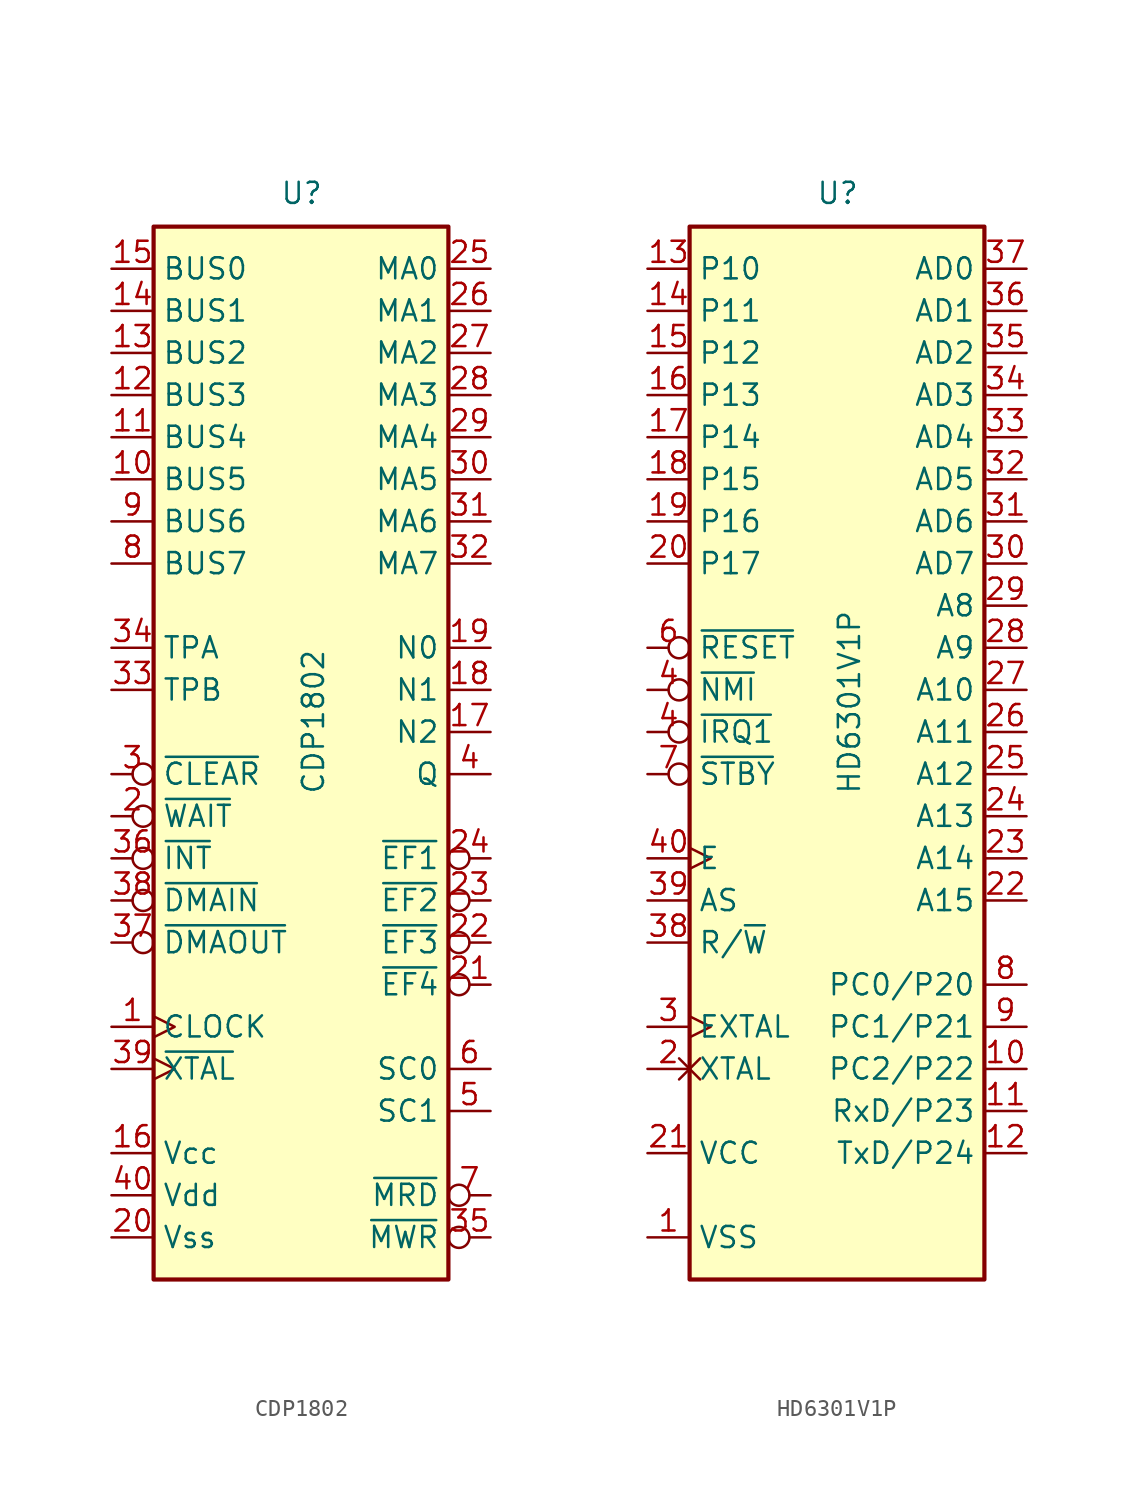
<source format=kicad_sym>
(kicad_symbol_lib
  (version 20211014)
  (generator kicad_symbol_editor)
  (symbol "CDP1802"
    (property "Reference" "U"
      (at -1.27 31.75 0)
      (effects (font (size 1.27 1.27)) (justify left bottom)))
    (property "Value" "CDP1802"
      (at 0 -3.81 90)
      (effects (font (size 1.27 1.27)) (justify left top)))
    (symbol "CDP1802_0_0"
      (pin input clock (at -11.43 -17.78 0) (length 2.54) (name "CLOCK" (effects (font (size 1.27 1.27)))) (number "1" (effects (font (size 1.27 1.27)))))
      (pin input inverted (at -11.43 -2.54 0) (length 2.54) (name "~{CLEAR}" (effects (font (size 1.27 1.27)))) (number "3" (effects (font (size 1.27 1.27)))))
      (pin output inverted (at 11.43 -30.48 180) (length 2.54) (name "~{MWR}" (effects (font (size 1.27 1.27)))) (number "35" (effects (font (size 1.27 1.27))))))
    (symbol "CDP1802_0_1"
      (rectangle (start -8.89 -33.02) (end 8.89 30.48) (stroke (width 0.254) (type default) (color 0 0 0 0)) (fill (type background))))
    (symbol "CDP1802_1_1"
      (pin bidirectional line (at -11.43 15.24 0) (length 2.54) (name "BUS5" (effects (font (size 1.27 1.27)))) (number "10" (effects (font (size 1.27 1.27)))))
      (pin bidirectional line (at -11.43 17.78 0) (length 2.54) (name "BUS4" (effects (font (size 1.27 1.27)))) (number "11" (effects (font (size 1.27 1.27)))))
      (pin bidirectional line (at -11.43 20.32 0) (length 2.54) (name "BUS3" (effects (font (size 1.27 1.27)))) (number "12" (effects (font (size 1.27 1.27)))))
      (pin bidirectional line (at -11.43 22.86 0) (length 2.54) (name "BUS2" (effects (font (size 1.27 1.27)))) (number "13" (effects (font (size 1.27 1.27)))))
      (pin bidirectional line (at -11.43 25.4 0) (length 2.54) (name "BUS1" (effects (font (size 1.27 1.27)))) (number "14" (effects (font (size 1.27 1.27)))))
      (pin bidirectional line (at -11.43 27.94 0) (length 2.54) (name "BUS0" (effects (font (size 1.27 1.27)))) (number "15" (effects (font (size 1.27 1.27)))))
      (pin power_in line (at -11.43 -25.4 0) (length 2.54) (name "Vcc" (effects (font (size 1.27 1.27)))) (number "16" (effects (font (size 1.27 1.27)))))
      (pin output line (at 11.43 0 180) (length 2.54) (name "N2" (effects (font (size 1.27 1.27)))) (number "17" (effects (font (size 1.27 1.27)))))
      (pin output line (at 11.43 2.54 180) (length 2.54) (name "N1" (effects (font (size 1.27 1.27)))) (number "18" (effects (font (size 1.27 1.27)))))
      (pin output line (at 11.43 5.08 180) (length 2.54) (name "N0" (effects (font (size 1.27 1.27)))) (number "19" (effects (font (size 1.27 1.27)))))
      (pin input inverted (at -11.43 -5.08 0) (length 2.54) (name "~{WAIT}" (effects (font (size 1.27 1.27)))) (number "2" (effects (font (size 1.27 1.27)))))
      (pin power_in line (at -11.43 -30.48 0) (length 2.54) (name "Vss" (effects (font (size 1.27 1.27)))) (number "20" (effects (font (size 1.27 1.27)))))
      (pin input inverted (at 11.43 -15.24 180) (length 2.54) (name "~{EF4}" (effects (font (size 1.27 1.27)))) (number "21" (effects (font (size 1.27 1.27)))))
      (pin input inverted (at 11.43 -12.7 180) (length 2.54) (name "~{EF3}" (effects (font (size 1.27 1.27)))) (number "22" (effects (font (size 1.27 1.27)))))
      (pin input inverted (at 11.43 -10.16 180) (length 2.54) (name "~{EF2}" (effects (font (size 1.27 1.27)))) (number "23" (effects (font (size 1.27 1.27)))))
      (pin input inverted (at 11.43 -7.62 180) (length 2.54) (name "~{EF1}" (effects (font (size 1.27 1.27)))) (number "24" (effects (font (size 1.27 1.27)))))
      (pin output line (at 11.43 27.94 180) (length 2.54) (name "MA0" (effects (font (size 1.27 1.27)))) (number "25" (effects (font (size 1.27 1.27)))))
      (pin output line (at 11.43 25.4 180) (length 2.54) (name "MA1" (effects (font (size 1.27 1.27)))) (number "26" (effects (font (size 1.27 1.27)))))
      (pin output line (at 11.43 22.86 180) (length 2.54) (name "MA2" (effects (font (size 1.27 1.27)))) (number "27" (effects (font (size 1.27 1.27)))))
      (pin output line (at 11.43 20.32 180) (length 2.54) (name "MA3" (effects (font (size 1.27 1.27)))) (number "28" (effects (font (size 1.27 1.27)))))
      (pin output line (at 11.43 17.78 180) (length 2.54) (name "MA4" (effects (font (size 1.27 1.27)))) (number "29" (effects (font (size 1.27 1.27)))))
      (pin output line (at 11.43 15.24 180) (length 2.54) (name "MA5" (effects (font (size 1.27 1.27)))) (number "30" (effects (font (size 1.27 1.27)))))
      (pin output line (at 11.43 12.7 180) (length 2.54) (name "MA6" (effects (font (size 1.27 1.27)))) (number "31" (effects (font (size 1.27 1.27)))))
      (pin output line (at 11.43 10.16 180) (length 2.54) (name "MA7" (effects (font (size 1.27 1.27)))) (number "32" (effects (font (size 1.27 1.27)))))
      (pin output line (at -11.43 2.54 0) (length 2.54) (name "TPB" (effects (font (size 1.27 1.27)))) (number "33" (effects (font (size 1.27 1.27)))))
      (pin output line (at -11.43 5.08 0) (length 2.54) (name "TPA" (effects (font (size 1.27 1.27)))) (number "34" (effects (font (size 1.27 1.27)))))
      (pin input inverted (at -11.43 -7.62 0) (length 2.54) (name "~{INT}" (effects (font (size 1.27 1.27)))) (number "36" (effects (font (size 1.27 1.27)))))
      (pin input inverted (at -11.43 -12.7 0) (length 2.54) (name "~{DMAOUT}" (effects (font (size 1.27 1.27)))) (number "37" (effects (font (size 1.27 1.27)))))
      (pin input inverted (at -11.43 -10.16 0) (length 2.54) (name "~{DMAIN}" (effects (font (size 1.27 1.27)))) (number "38" (effects (font (size 1.27 1.27)))))
      (pin output clock (at -11.43 -20.32 0) (length 2.54) (name "~{XTAL}" (effects (font (size 1.27 1.27)))) (number "39" (effects (font (size 1.27 1.27)))))
      (pin output line (at 11.43 -2.54 180) (length 2.54) (name "Q" (effects (font (size 1.27 1.27)))) (number "4" (effects (font (size 1.27 1.27)))))
      (pin power_in line (at -11.43 -27.94 0) (length 2.54) (name "Vdd" (effects (font (size 1.27 1.27)))) (number "40" (effects (font (size 1.27 1.27)))))
      (pin output line (at 11.43 -22.86 180) (length 2.54) (name "SC1" (effects (font (size 1.27 1.27)))) (number "5" (effects (font (size 1.27 1.27)))))
      (pin output line (at 11.43 -20.32 180) (length 2.54) (name "SC0" (effects (font (size 1.27 1.27)))) (number "6" (effects (font (size 1.27 1.27)))))
      (pin output inverted (at 11.43 -27.94 180) (length 2.54) (name "~{MRD}" (effects (font (size 1.27 1.27)))) (number "7" (effects (font (size 1.27 1.27)))))
      (pin bidirectional line (at -11.43 10.16 0) (length 2.54) (name "BUS7" (effects (font (size 1.27 1.27)))) (number "8" (effects (font (size 1.27 1.27)))))
      (pin bidirectional line (at -11.43 12.7 0) (length 2.54) (name "BUS6" (effects (font (size 1.27 1.27)))) (number "9" (effects (font (size 1.27 1.27)))))))
  (symbol "HD6301V1P"
    (property "Reference" "U"
      (at -1.27 31.75 0)
      (effects (font (size 1.27 1.27)) (justify left bottom)))
    (property "Value" "HD6301V1P"
      (at 0 -3.81 90)
      (effects (font (size 1.27 1.27)) (justify left top)))
    (symbol "HD6301V1P_0_1"
      (rectangle (start -8.89 -33.02) (end 8.89 30.48) (stroke (width 0.254) (type default) (color 0 0 0 0)) (fill (type background))))
    (symbol "HD6301V1P_1_1"
      (pin power_in line (at -11.43 -30.48 0) (length 2.54) (name "VSS" (effects (font (size 1.27 1.27)))) (number "1" (effects (font (size 1.27 1.27)))))
      (pin input line (at 11.43 -20.32 180) (length 2.54) (name "PC2/P22" (effects (font (size 1.27 1.27)))) (number "10" (effects (font (size 1.27 1.27)))))
      (pin input line (at 11.43 -22.86 180) (length 2.54) (name "RxD/P23" (effects (font (size 1.27 1.27)))) (number "11" (effects (font (size 1.27 1.27)))))
      (pin output line (at 11.43 -25.4 180) (length 2.54) (name "TxD/P24" (effects (font (size 1.27 1.27)))) (number "12" (effects (font (size 1.27 1.27)))))
      (pin bidirectional line (at -11.43 27.94 0) (length 2.54) (name "P10" (effects (font (size 1.27 1.27)))) (number "13" (effects (font (size 1.27 1.27)))))
      (pin bidirectional line (at -11.43 25.4 0) (length 2.54) (name "P11" (effects (font (size 1.27 1.27)))) (number "14" (effects (font (size 1.27 1.27)))))
      (pin bidirectional line (at -11.43 22.86 0) (length 2.54) (name "P12" (effects (font (size 1.27 1.27)))) (number "15" (effects (font (size 1.27 1.27)))))
      (pin bidirectional line (at -11.43 20.32 0) (length 2.54) (name "P13" (effects (font (size 1.27 1.27)))) (number "16" (effects (font (size 1.27 1.27)))))
      (pin bidirectional line (at -11.43 17.78 0) (length 2.54) (name "P14" (effects (font (size 1.27 1.27)))) (number "17" (effects (font (size 1.27 1.27)))))
      (pin bidirectional line (at -11.43 15.24 0) (length 2.54) (name "P15" (effects (font (size 1.27 1.27)))) (number "18" (effects (font (size 1.27 1.27)))))
      (pin bidirectional line (at -11.43 12.7 0) (length 2.54) (name "P16" (effects (font (size 1.27 1.27)))) (number "19" (effects (font (size 1.27 1.27)))))
      (pin input non_logic (at -11.43 -20.32 0) (length 2.54) (name "XTAL" (effects (font (size 1.27 1.27)))) (number "2" (effects (font (size 1.27 1.27)))))
      (pin bidirectional line (at -11.43 10.16 0) (length 2.54) (name "P17" (effects (font (size 1.27 1.27)))) (number "20" (effects (font (size 1.27 1.27)))))
      (pin power_in line (at -11.43 -25.4 0) (length 2.54) (name "VCC" (effects (font (size 1.27 1.27)))) (number "21" (effects (font (size 1.27 1.27)))))
      (pin output line (at 11.43 -10.16 180) (length 2.54) (name "A15" (effects (font (size 1.27 1.27)))) (number "22" (effects (font (size 1.27 1.27)))))
      (pin output line (at 11.43 -7.62 180) (length 2.54) (name "A14" (effects (font (size 1.27 1.27)))) (number "23" (effects (font (size 1.27 1.27)))))
      (pin output line (at 11.43 -5.08 180) (length 2.54) (name "A13" (effects (font (size 1.27 1.27)))) (number "24" (effects (font (size 1.27 1.27)))))
      (pin output line (at 11.43 -2.54 180) (length 2.54) (name "A12" (effects (font (size 1.27 1.27)))) (number "25" (effects (font (size 1.27 1.27)))))
      (pin output line (at 11.43 0 180) (length 2.54) (name "A11" (effects (font (size 1.27 1.27)))) (number "26" (effects (font (size 1.27 1.27)))))
      (pin output line (at 11.43 2.54 180) (length 2.54) (name "A10" (effects (font (size 1.27 1.27)))) (number "27" (effects (font (size 1.27 1.27)))))
      (pin output line (at 11.43 5.08 180) (length 2.54) (name "A9" (effects (font (size 1.27 1.27)))) (number "28" (effects (font (size 1.27 1.27)))))
      (pin output line (at 11.43 7.62 180) (length 2.54) (name "A8" (effects (font (size 1.27 1.27)))) (number "29" (effects (font (size 1.27 1.27)))))
      (pin input clock (at -11.43 -17.78 0) (length 2.54) (name "EXTAL" (effects (font (size 1.27 1.27)))) (number "3" (effects (font (size 1.27 1.27)))))
      (pin bidirectional line (at 11.43 10.16 180) (length 2.54) (name "AD7" (effects (font (size 1.27 1.27)))) (number "30" (effects (font (size 1.27 1.27)))))
      (pin bidirectional line (at 11.43 12.7 180) (length 2.54) (name "AD6" (effects (font (size 1.27 1.27)))) (number "31" (effects (font (size 1.27 1.27)))))
      (pin bidirectional line (at 11.43 15.24 180) (length 2.54) (name "AD5" (effects (font (size 1.27 1.27)))) (number "32" (effects (font (size 1.27 1.27)))))
      (pin bidirectional line (at 11.43 17.78 180) (length 2.54) (name "AD4" (effects (font (size 1.27 1.27)))) (number "33" (effects (font (size 1.27 1.27)))))
      (pin bidirectional line (at 11.43 20.32 180) (length 2.54) (name "AD3" (effects (font (size 1.27 1.27)))) (number "34" (effects (font (size 1.27 1.27)))))
      (pin bidirectional line (at 11.43 22.86 180) (length 2.54) (name "AD2" (effects (font (size 1.27 1.27)))) (number "35" (effects (font (size 1.27 1.27)))))
      (pin bidirectional line (at 11.43 25.4 180) (length 2.54) (name "AD1" (effects (font (size 1.27 1.27)))) (number "36" (effects (font (size 1.27 1.27)))))
      (pin bidirectional line (at 11.43 27.94 180) (length 2.54) (name "AD0" (effects (font (size 1.27 1.27)))) (number "37" (effects (font (size 1.27 1.27)))))
      (pin output line (at -11.43 -12.7 0) (length 2.54) (name "R/~{W}" (effects (font (size 1.27 1.27)))) (number "38" (effects (font (size 1.27 1.27)))))
      (pin output line (at -11.43 -10.16 0) (length 2.54) (name "AS" (effects (font (size 1.27 1.27)))) (number "39" (effects (font (size 1.27 1.27)))))
      (pin input inverted (at -11.43 0 0) (length 2.54) (name "~{IRQ1}" (effects (font (size 1.27 1.27)))) (number "4" (effects (font (size 1.27 1.27)))))
      (pin input inverted (at -11.43 2.54 0) (length 2.54) (name "~{NMI}" (effects (font (size 1.27 1.27)))) (number "4" (effects (font (size 1.27 1.27)))))
      (pin output clock (at -11.43 -7.62 0) (length 2.54) (name "E" (effects (font (size 1.27 1.27)))) (number "40" (effects (font (size 1.27 1.27)))))
      (pin input inverted (at -11.43 5.08 0) (length 2.54) (name "~{RESET}" (effects (font (size 1.27 1.27)))) (number "6" (effects (font (size 1.27 1.27)))))
      (pin input inverted (at -11.43 -2.54 0) (length 2.54) (name "~{STBY}" (effects (font (size 1.27 1.27)))) (number "7" (effects (font (size 1.27 1.27)))))
      (pin output line (at 11.43 -15.24 180) (length 2.54) (name "PC0/P20" (effects (font (size 1.27 1.27)))) (number "8" (effects (font (size 1.27 1.27)))))
      (pin input line (at 11.43 -17.78 180) (length 2.54) (name "PC1/P21" (effects (font (size 1.27 1.27)))) (number "9" (effects (font (size 1.27 1.27))))))))
</source>
